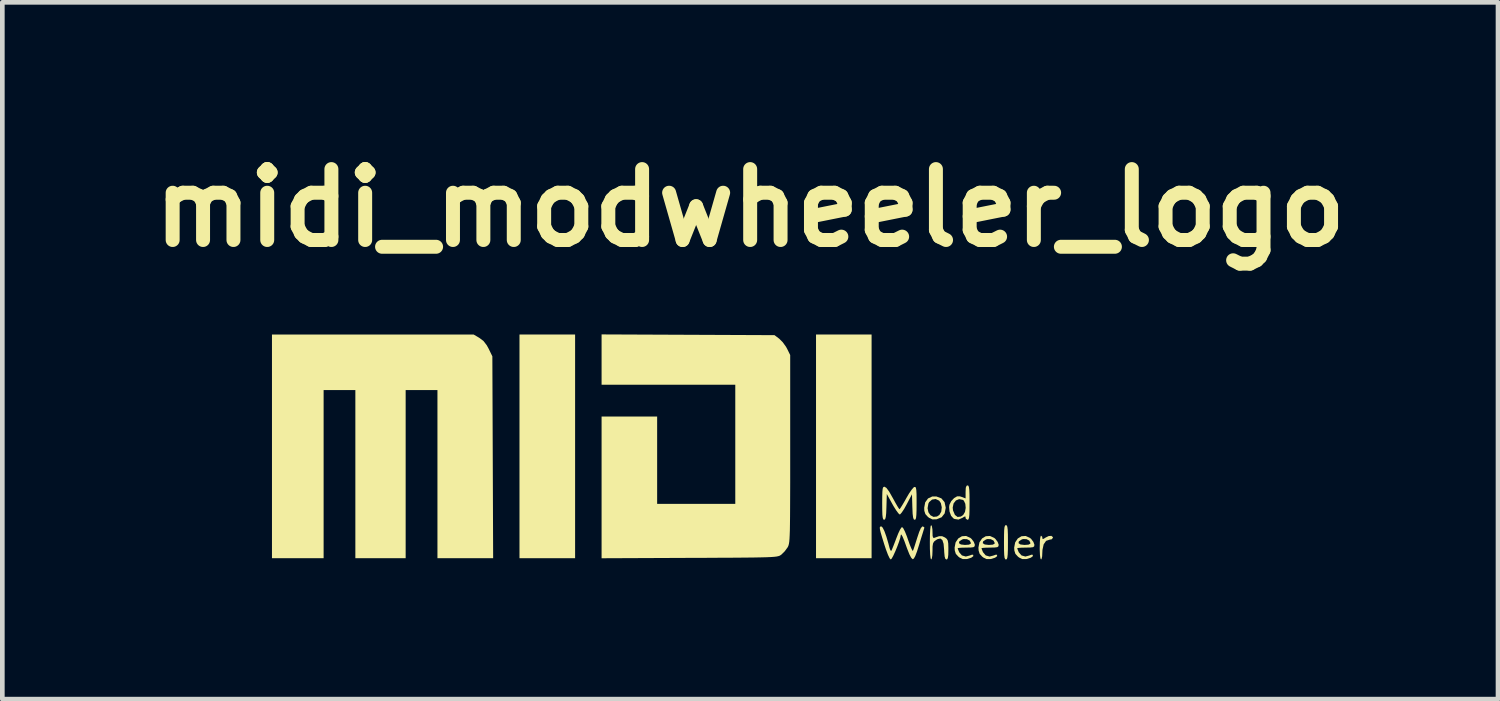
<source format=kicad_pcb>
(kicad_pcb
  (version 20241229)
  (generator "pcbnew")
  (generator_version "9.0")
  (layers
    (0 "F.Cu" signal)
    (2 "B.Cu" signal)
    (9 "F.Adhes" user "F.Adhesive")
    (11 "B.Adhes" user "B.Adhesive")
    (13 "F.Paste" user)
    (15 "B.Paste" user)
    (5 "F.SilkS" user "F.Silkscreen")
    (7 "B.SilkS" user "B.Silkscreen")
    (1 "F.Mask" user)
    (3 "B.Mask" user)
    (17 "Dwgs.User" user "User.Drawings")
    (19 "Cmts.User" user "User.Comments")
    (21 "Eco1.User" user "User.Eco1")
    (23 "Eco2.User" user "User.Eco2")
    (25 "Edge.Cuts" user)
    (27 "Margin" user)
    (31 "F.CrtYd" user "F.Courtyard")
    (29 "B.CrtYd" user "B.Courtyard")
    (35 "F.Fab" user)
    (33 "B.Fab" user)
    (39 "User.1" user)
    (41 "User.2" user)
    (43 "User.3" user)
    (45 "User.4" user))
  (footprint "midi_modwheeler_logo"
    (layer "F.Cu")
    (at 12.71 6.358)
    (property "Reference" "midi_modwheeler_logo" (at 0.36 -4.94 0) (layer "F.SilkS") (effects (font (size 1.524 1.524) (thickness 0.3))))
    (attr board_only exclude_from_pos_files exclude_from_bom)
    (fp_poly (pts (xy -3.402 2.587) (xy -4.597 2.587) (xy -4.597 -2.22) (xy -3.402 -2.22)) (stroke (width 0) (type solid)) (fill yes) (layer "F.SilkS"))
    (fp_poly (pts (xy 2.969 2.587) (xy 1.775 2.587) (xy 1.775 -2.22) (xy 2.969 -2.22)) (stroke (width 0) (type solid)) (fill yes) (layer "F.SilkS"))
    (fp_poly (pts (xy -5.462 -2.149) (xy -5.372 -2.082) (xy -5.301 -1.99) (xy -5.26 -1.915) (xy -5.18 -1.751) (xy -5.163 2.587) (xy -6.36 2.587) (xy -6.36 -1.026) (xy -7.043 -1.026) (xy -7.043 2.587) (xy -8.124 2.587) (xy -8.124 -1.026) (xy -8.806 -1.026) (xy -8.806 2.587) (xy -9.916 2.587) (xy -9.916 -2.22) (xy -5.583 -2.22)) (stroke (width 0) (type solid)) (fill yes) (layer "F.SilkS"))
    (fp_poly (pts (xy 5.874 1.884) (xy 5.886 1.914) (xy 5.894 1.975) (xy 5.898 2.075) (xy 5.899 2.222) (xy 5.899 2.245) (xy 5.898 2.399) (xy 5.894 2.505) (xy 5.887 2.57) (xy 5.876 2.604) (xy 5.859 2.615) (xy 5.856 2.615) (xy 5.839 2.607) (xy 5.826 2.576) (xy 5.819 2.516) (xy 5.815 2.416) (xy 5.814 2.269) (xy 5.814 2.245) (xy 5.815 2.091) (xy 5.818 1.986) (xy 5.825 1.92) (xy 5.837 1.886) (xy 5.854 1.876) (xy 5.856 1.875)) (stroke (width 0) (type solid)) (fill yes) (layer "F.SilkS"))
    (fp_poly (pts (xy 6.635 2.126) (xy 6.638 2.147) (xy 6.644 2.176) (xy 6.669 2.169) (xy 6.702 2.147) (xy 6.774 2.111) (xy 6.833 2.107) (xy 6.864 2.133) (xy 6.866 2.146) (xy 6.841 2.18) (xy 6.797 2.188) (xy 6.719 2.214) (xy 6.667 2.288) (xy 6.641 2.407) (xy 6.638 2.465) (xy 6.634 2.549) (xy 6.621 2.603) (xy 6.61 2.615) (xy 6.596 2.588) (xy 6.587 2.514) (xy 6.582 2.401) (xy 6.582 2.359) (xy 6.585 2.236) (xy 6.593 2.149) (xy 6.605 2.106) (xy 6.61 2.103)) (stroke (width 0) (type solid)) (fill yes) (layer "F.SilkS"))
    (fp_poly (pts (xy 4.469 1.301) (xy 4.537 1.382) (xy 4.562 1.499) (xy 4.562 1.506) (xy 4.539 1.624) (xy 4.474 1.707) (xy 4.367 1.75) (xy 4.361 1.751) (xy 4.276 1.753) (xy 4.206 1.72) (xy 4.179 1.699) (xy 4.125 1.639) (xy 4.102 1.569) (xy 4.1 1.513) (xy 4.172 1.513) (xy 4.19 1.6) (xy 4.235 1.665) (xy 4.299 1.699) (xy 4.374 1.691) (xy 4.425 1.658) (xy 4.466 1.587) (xy 4.477 1.493) (xy 4.457 1.402) (xy 4.421 1.35) (xy 4.346 1.315) (xy 4.268 1.327) (xy 4.206 1.381) (xy 4.19 1.412) (xy 4.172 1.513) (xy 4.1 1.513) (xy 4.099 1.506) (xy 4.121 1.387) (xy 4.182 1.303) (xy 4.274 1.26) (xy 4.361 1.26)) (stroke (width 0) (type solid)) (fill yes) (layer "F.SilkS"))
    (fp_poly (pts (xy 4.265 1.901) (xy 4.276 1.967) (xy 4.278 2.021) (xy 4.28 2.105) (xy 4.29 2.145) (xy 4.313 2.151) (xy 4.327 2.146) (xy 4.419 2.114) (xy 4.485 2.114) (xy 4.547 2.142) (xy 4.548 2.143) (xy 4.585 2.172) (xy 4.606 2.209) (xy 4.616 2.268) (xy 4.619 2.365) (xy 4.619 2.402) (xy 4.617 2.515) (xy 4.608 2.582) (xy 4.592 2.611) (xy 4.578 2.615) (xy 4.554 2.601) (xy 4.539 2.552) (xy 4.53 2.458) (xy 4.528 2.412) (xy 4.516 2.278) (xy 4.49 2.197) (xy 4.448 2.164) (xy 4.387 2.177) (xy 4.352 2.198) (xy 4.311 2.23) (xy 4.289 2.27) (xy 4.279 2.335) (xy 4.278 2.431) (xy 4.274 2.527) (xy 4.263 2.593) (xy 4.249 2.615) (xy 4.237 2.588) (xy 4.228 2.509) (xy 4.222 2.386) (xy 4.221 2.245) (xy 4.223 2.087) (xy 4.229 1.969) (xy 4.238 1.897) (xy 4.249 1.875)) (stroke (width 0) (type solid)) (fill yes) (layer "F.SilkS"))
    (fp_poly (pts (xy 5.091 2.15) (xy 5.118 2.173) (xy 5.166 2.237) (xy 5.188 2.298) (xy 5.188 2.301) (xy 5.182 2.332) (xy 5.158 2.35) (xy 5.101 2.357) (xy 5.003 2.359) (xy 4.909 2.361) (xy 4.842 2.366) (xy 4.818 2.372) (xy 4.829 2.404) (xy 4.851 2.458) (xy 4.91 2.527) (xy 4.993 2.551) (xy 5.074 2.53) (xy 5.127 2.511) (xy 5.153 2.514) (xy 5.154 2.544) (xy 5.111 2.576) (xy 5.035 2.601) (xy 5.013 2.605) (xy 4.928 2.606) (xy 4.858 2.572) (xy 4.833 2.552) (xy 4.779 2.493) (xy 4.757 2.423) (xy 4.753 2.359) (xy 4.771 2.264) (xy 4.846 2.264) (xy 4.888 2.292) (xy 4.975 2.302) (xy 5.06 2.296) (xy 5.098 2.277) (xy 5.103 2.26) (xy 5.078 2.209) (xy 5.019 2.178) (xy 4.945 2.175) (xy 4.914 2.185) (xy 4.853 2.226) (xy 4.846 2.264) (xy 4.771 2.264) (xy 4.775 2.246) (xy 4.831 2.163) (xy 4.91 2.115) (xy 5 2.109)) (stroke (width 0) (type solid)) (fill yes) (layer "F.SilkS"))
    (fp_poly (pts (xy 5.603 2.15) (xy 5.63 2.173) (xy 5.678 2.237) (xy 5.7 2.298) (xy 5.7 2.301) (xy 5.694 2.332) (xy 5.67 2.35) (xy 5.613 2.357) (xy 5.515 2.359) (xy 5.421 2.361) (xy 5.354 2.366) (xy 5.33 2.372) (xy 5.341 2.404) (xy 5.363 2.458) (xy 5.422 2.527) (xy 5.505 2.551) (xy 5.586 2.53) (xy 5.639 2.511) (xy 5.665 2.514) (xy 5.666 2.544) (xy 5.623 2.576) (xy 5.547 2.601) (xy 5.525 2.605) (xy 5.44 2.606) (xy 5.37 2.572) (xy 5.345 2.552) (xy 5.291 2.493) (xy 5.269 2.423) (xy 5.265 2.359) (xy 5.283 2.264) (xy 5.358 2.264) (xy 5.4 2.292) (xy 5.487 2.302) (xy 5.572 2.296) (xy 5.61 2.277) (xy 5.615 2.26) (xy 5.59 2.209) (xy 5.531 2.178) (xy 5.457 2.175) (xy 5.426 2.185) (xy 5.365 2.226) (xy 5.358 2.264) (xy 5.283 2.264) (xy 5.287 2.246) (xy 5.343 2.163) (xy 5.422 2.115) (xy 5.512 2.109)) (stroke (width 0) (type solid)) (fill yes) (layer "F.SilkS"))
    (fp_poly (pts (xy 6.371 2.15) (xy 6.398 2.173) (xy 6.446 2.237) (xy 6.468 2.298) (xy 6.468 2.301) (xy 6.462 2.332) (xy 6.438 2.35) (xy 6.381 2.357) (xy 6.283 2.359) (xy 6.189 2.361) (xy 6.122 2.366) (xy 6.098 2.372) (xy 6.109 2.404) (xy 6.131 2.458) (xy 6.19 2.527) (xy 6.273 2.551) (xy 6.354 2.53) (xy 6.407 2.511) (xy 6.433 2.514) (xy 6.434 2.544) (xy 6.391 2.576) (xy 6.315 2.601) (xy 6.293 2.605) (xy 6.208 2.606) (xy 6.138 2.572) (xy 6.113 2.552) (xy 6.059 2.493) (xy 6.037 2.423) (xy 6.033 2.359) (xy 6.051 2.264) (xy 6.126 2.264) (xy 6.168 2.292) (xy 6.254 2.302) (xy 6.34 2.296) (xy 6.378 2.277) (xy 6.382 2.26) (xy 6.358 2.209) (xy 6.299 2.178) (xy 6.225 2.175) (xy 6.194 2.185) (xy 6.133 2.226) (xy 6.126 2.264) (xy 6.051 2.264) (xy 6.055 2.246) (xy 6.111 2.163) (xy 6.19 2.115) (xy 6.28 2.109)) (stroke (width 0) (type solid)) (fill yes) (layer "F.SilkS"))
    (fp_poly (pts (xy -0.975 -2.214) (xy 0.883 -2.206) (xy 0.985 -2.129) (xy 1.059 -2.055) (xy 1.129 -1.958) (xy 1.153 -1.915) (xy 1.22 -1.779) (xy 1.22 0.24) (xy 1.22 0.628) (xy 1.22 0.963) (xy 1.219 1.249) (xy 1.218 1.491) (xy 1.217 1.692) (xy 1.215 1.856) (xy 1.213 1.989) (xy 1.209 2.093) (xy 1.205 2.172) (xy 1.2 2.232) (xy 1.193 2.276) (xy 1.185 2.308) (xy 1.176 2.332) (xy 1.166 2.352) (xy 1.163 2.356) (xy 1.103 2.438) (xy 1.032 2.508) (xy 1.026 2.513) (xy 1.009 2.524) (xy 0.99 2.535) (xy 0.964 2.543) (xy 0.927 2.551) (xy 0.876 2.557) (xy 0.805 2.562) (xy 0.711 2.566) (xy 0.589 2.569) (xy 0.436 2.572) (xy 0.246 2.574) (xy 0.017 2.576) (xy -0.258 2.577) (xy -0.58 2.579) (xy -0.944 2.58) (xy -2.833 2.588) (xy -2.833 -0.457) (xy -1.639 -0.457) (xy -1.639 1.42) (xy 0.04 1.42) (xy 0.04 -1.14) (xy -2.833 -1.14) (xy -2.833 -2.222)) (stroke (width 0) (type solid)) (fill yes) (layer "F.SilkS"))
    (fp_poly (pts (xy 5.049 1.03) (xy 5.061 1.061) (xy 5.069 1.122) (xy 5.073 1.221) (xy 5.074 1.368) (xy 5.074 1.392) (xy 5.073 1.546) (xy 5.07 1.652) (xy 5.063 1.717) (xy 5.051 1.751) (xy 5.034 1.762) (xy 5.031 1.762) (xy 4.994 1.739) (xy 4.989 1.717) (xy 4.984 1.689) (xy 4.958 1.696) (xy 4.926 1.717) (xy 4.837 1.757) (xy 4.751 1.744) (xy 4.728 1.732) (xy 4.677 1.675) (xy 4.644 1.585) (xy 4.636 1.499) (xy 4.712 1.499) (xy 4.719 1.561) (xy 4.76 1.657) (xy 4.817 1.701) (xy 4.888 1.692) (xy 4.937 1.658) (xy 4.976 1.593) (xy 4.991 1.506) (xy 4.983 1.418) (xy 4.952 1.351) (xy 4.931 1.334) (xy 4.851 1.317) (xy 4.781 1.346) (xy 4.731 1.41) (xy 4.712 1.499) (xy 4.636 1.499) (xy 4.635 1.486) (xy 4.642 1.437) (xy 4.681 1.36) (xy 4.742 1.295) (xy 4.806 1.258) (xy 4.864 1.257) (xy 4.904 1.27) (xy 4.989 1.302) (xy 4.989 1.162) (xy 4.993 1.073) (xy 5.01 1.031) (xy 5.031 1.022)) (stroke (width 0) (type solid)) (fill yes) (layer "F.SilkS"))
    (fp_poly (pts (xy 3.288 1.077) (xy 3.347 1.156) (xy 3.422 1.289) (xy 3.424 1.292) (xy 3.481 1.396) (xy 3.528 1.477) (xy 3.56 1.526) (xy 3.569 1.534) (xy 3.588 1.511) (xy 3.628 1.448) (xy 3.681 1.358) (xy 3.713 1.3) (xy 3.774 1.196) (xy 3.831 1.114) (xy 3.874 1.064) (xy 3.889 1.056) (xy 3.909 1.057) (xy 3.922 1.077) (xy 3.93 1.124) (xy 3.935 1.206) (xy 3.936 1.333) (xy 3.936 1.404) (xy 3.935 1.556) (xy 3.931 1.659) (xy 3.924 1.722) (xy 3.912 1.754) (xy 3.895 1.762) (xy 3.874 1.75) (xy 3.861 1.71) (xy 3.851 1.632) (xy 3.846 1.508) (xy 3.845 1.488) (xy 3.837 1.213) (xy 3.723 1.43) (xy 3.668 1.529) (xy 3.618 1.604) (xy 3.583 1.644) (xy 3.574 1.648) (xy 3.546 1.624) (xy 3.5 1.562) (xy 3.443 1.472) (xy 3.418 1.428) (xy 3.296 1.207) (xy 3.288 1.484) (xy 3.283 1.617) (xy 3.274 1.701) (xy 3.261 1.746) (xy 3.242 1.761) (xy 3.238 1.762) (xy 3.221 1.753) (xy 3.209 1.72) (xy 3.201 1.655) (xy 3.198 1.549) (xy 3.197 1.406) (xy 3.198 1.258) (xy 3.201 1.157) (xy 3.207 1.095) (xy 3.218 1.063) (xy 3.236 1.052) (xy 3.247 1.051)) (stroke (width 0) (type solid)) (fill yes) (layer "F.SilkS"))
    (fp_poly (pts (xy 4.101 1.921) (xy 4.101 1.939) (xy 4.088 1.98) (xy 4.063 2.062) (xy 4.028 2.174) (xy 3.991 2.296) (xy 3.945 2.442) (xy 3.908 2.539) (xy 3.878 2.593) (xy 3.854 2.609) (xy 3.851 2.608) (xy 3.821 2.578) (xy 3.781 2.502) (xy 3.736 2.389) (xy 3.723 2.354) (xy 3.672 2.213) (xy 3.633 2.12) (xy 3.607 2.077) (xy 3.596 2.086) (xy 3.595 2.097) (xy 3.585 2.151) (xy 3.558 2.236) (xy 3.521 2.336) (xy 3.479 2.438) (xy 3.438 2.528) (xy 3.403 2.592) (xy 3.382 2.615) (xy 3.357 2.589) (xy 3.321 2.514) (xy 3.277 2.397) (xy 3.242 2.291) (xy 3.195 2.139) (xy 3.164 2.033) (xy 3.148 1.965) (xy 3.145 1.926) (xy 3.155 1.908) (xy 3.176 1.904) (xy 3.18 1.904) (xy 3.208 1.931) (xy 3.245 2.006) (xy 3.286 2.121) (xy 3.33 2.27) (xy 3.355 2.367) (xy 3.374 2.418) (xy 3.391 2.43) (xy 3.392 2.43) (xy 3.408 2.397) (xy 3.438 2.323) (xy 3.477 2.222) (xy 3.498 2.165) (xy 3.542 2.054) (xy 3.582 1.97) (xy 3.614 1.924) (xy 3.624 1.918) (xy 3.65 1.944) (xy 3.686 2.015) (xy 3.729 2.122) (xy 3.751 2.187) (xy 3.79 2.297) (xy 3.824 2.379) (xy 3.848 2.425) (xy 3.857 2.429) (xy 3.872 2.391) (xy 3.898 2.312) (xy 3.931 2.207) (xy 3.948 2.153) (xy 3.992 2.021) (xy 4.028 1.94) (xy 4.059 1.906) (xy 4.068 1.904)) (stroke (width 0) (type solid)) (fill yes) (layer "F.SilkS")))
  (gr_rect
    (start -3 -3)
    (end 29.14 11.973)
    (stroke (width 0.1) (type default))
    (fill no)
    (layer "Edge.Cuts")))
</source>
